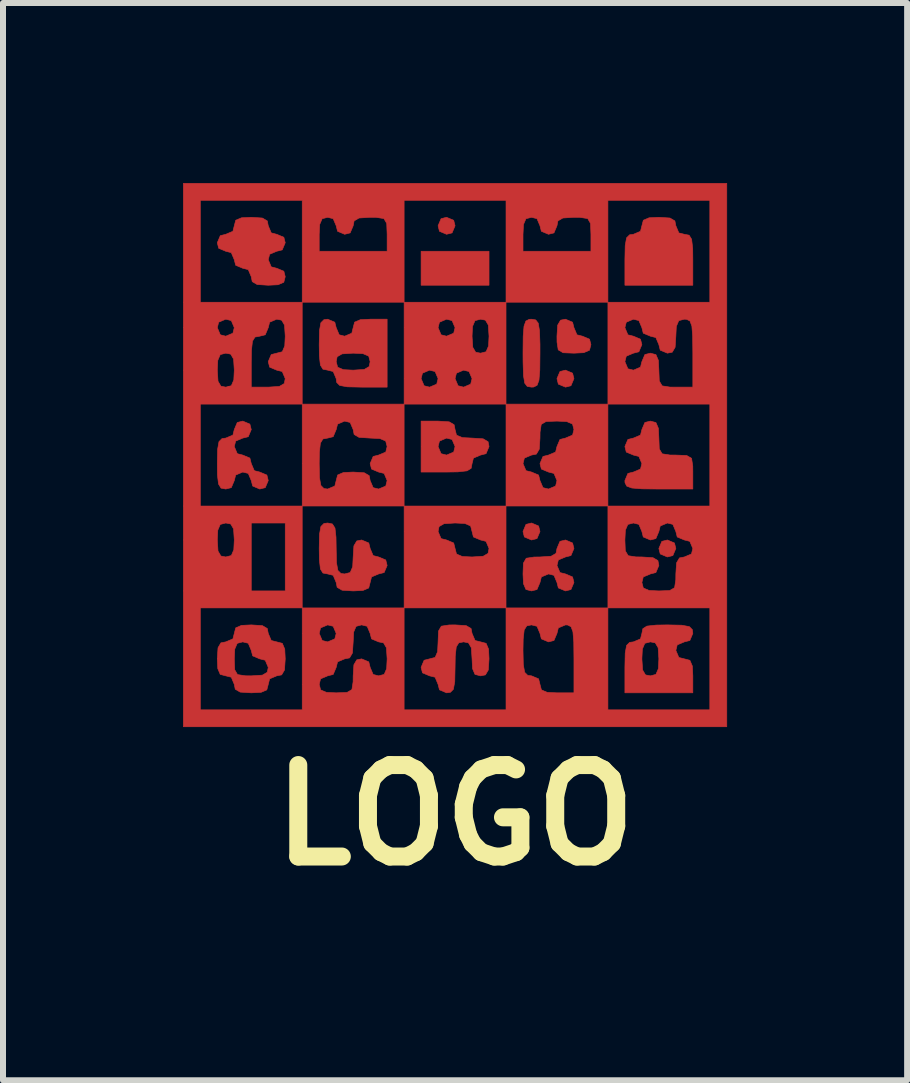
<source format=kicad_pcb>
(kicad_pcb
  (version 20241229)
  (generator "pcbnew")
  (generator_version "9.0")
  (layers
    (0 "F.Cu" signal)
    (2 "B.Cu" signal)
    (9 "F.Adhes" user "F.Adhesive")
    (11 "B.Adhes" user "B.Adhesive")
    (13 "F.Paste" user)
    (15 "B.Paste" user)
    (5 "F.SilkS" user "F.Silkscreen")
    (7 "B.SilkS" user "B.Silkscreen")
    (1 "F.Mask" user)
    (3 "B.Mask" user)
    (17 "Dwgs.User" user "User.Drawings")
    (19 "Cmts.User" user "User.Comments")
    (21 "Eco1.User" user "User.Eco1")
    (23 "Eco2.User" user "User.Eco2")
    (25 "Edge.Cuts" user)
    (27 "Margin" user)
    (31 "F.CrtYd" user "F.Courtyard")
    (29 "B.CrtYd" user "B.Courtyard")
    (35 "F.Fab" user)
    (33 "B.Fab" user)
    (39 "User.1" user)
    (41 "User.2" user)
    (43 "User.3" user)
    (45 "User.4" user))
  (footprint "LOGO"
    (layer "F.Cu")
    (at 4.533 4.533)
    (property "Reference" "LOGO" (at 0 6 0) (layer "F.SilkS") (effects (font (size 1.524 1.524) (thickness 0.3))))
    (attr through_hole)
    (fp_poly (pts (xy 0.566 -2.83) (xy -0.566 -2.83) (xy -0.566 -3.396) (xy 0.566 -3.396) (xy 0.566 -2.83)) (stroke (width 0.01) (type solid)) (fill yes) (layer "F.Cu"))
    (fp_poly (pts (xy -0.023 -3.912) (xy 0 -3.821) (xy -0.05 -3.702) (xy -0.142 -3.679) (xy -0.26 -3.729) (xy -0.283 -3.821) (xy -0.233 -3.939) (xy -0.142 -3.962) (xy -0.023 -3.912)) (stroke (width 0.01) (type solid)) (fill yes) (layer "F.Cu"))
    (fp_poly (pts (xy 1.392 1.182) (xy 1.415 1.274) (xy 1.365 1.392) (xy 1.274 1.415) (xy 1.155 1.365) (xy 1.132 1.274) (xy 1.182 1.155) (xy 1.274 1.132) (xy 1.392 1.182)) (stroke (width 0.01) (type solid)) (fill yes) (layer "F.Cu"))
    (fp_poly (pts (xy 1.958 -1.365) (xy 1.981 -1.274) (xy 1.931 -1.155) (xy 1.84 -1.132) (xy 1.721 -1.182) (xy 1.698 -1.274) (xy 1.748 -1.392) (xy 1.84 -1.415) (xy 1.958 -1.365)) (stroke (width 0.01) (type solid)) (fill yes) (layer "F.Cu"))
    (fp_poly (pts (xy 3.656 1.465) (xy 3.679 1.557) (xy 3.629 1.675) (xy 3.538 1.698) (xy 3.419 1.648) (xy 3.396 1.557) (xy 3.446 1.438) (xy 3.538 1.415) (xy 3.656 1.465)) (stroke (width 0.01) (type solid)) (fill yes) (layer "F.Cu"))
    (fp_poly (pts (xy 1.958 -2.214) (xy 1.981 -2.123) (xy 2.031 -2.004) (xy 2.123 -1.981) (xy 2.241 -1.931) (xy 2.264 -1.84) (xy 2.24 -1.747) (xy 2.144 -1.706) (xy 1.981 -1.698) (xy 1.8 -1.705) (xy 1.719 -1.753) (xy 1.699 -1.882) (xy 1.698 -1.981) (xy 1.71 -2.166) (xy 1.758 -2.248) (xy 1.84 -2.264) (xy 1.958 -2.214)) (stroke (width 0.01) (type solid)) (fill yes) (layer "F.Cu"))
    (fp_poly (pts (xy 1.344 -2.252) (xy 1.386 -2.198) (xy 1.407 -2.072) (xy 1.415 -1.847) (xy 1.415 -1.698) (xy 1.412 -1.416) (xy 1.398 -1.247) (xy 1.367 -1.163) (xy 1.311 -1.134) (xy 1.274 -1.132) (xy 1.203 -1.144) (xy 1.161 -1.198) (xy 1.14 -1.324) (xy 1.133 -1.549) (xy 1.132 -1.698) (xy 1.135 -1.98) (xy 1.149 -2.149) (xy 1.18 -2.234) (xy 1.236 -2.262) (xy 1.274 -2.264) (xy 1.344 -2.252)) (stroke (width 0.01) (type solid)) (fill yes) (layer "F.Cu"))
    (fp_poly (pts (xy 3.581 -3.95) (xy 3.663 -3.902) (xy 3.679 -3.821) (xy 3.729 -3.702) (xy 3.821 -3.679) (xy 3.9 -3.664) (xy 3.942 -3.596) (xy 3.96 -3.443) (xy 3.962 -3.255) (xy 3.962 -2.83) (xy 2.83 -2.83) (xy 2.83 -3.255) (xy 2.835 -3.492) (xy 2.858 -3.62) (xy 2.909 -3.671) (xy 2.972 -3.679) (xy 3.09 -3.729) (xy 3.113 -3.821) (xy 3.137 -3.913) (xy 3.233 -3.954) (xy 3.396 -3.962) (xy 3.581 -3.95)) (stroke (width 0.01) (type solid)) (fill yes) (layer "F.Cu"))
    (fp_poly (pts (xy -0.098 -0.554) (xy -0.016 -0.506) (xy 0 -0.425) (xy 0.024 -0.332) (xy 0.12 -0.291) (xy 0.283 -0.283) (xy 0.468 -0.271) (xy 0.55 -0.223) (xy 0.566 -0.142) (xy 0.516 -0.023) (xy 0.425 0) (xy 0.306 0.05) (xy 0.283 0.142) (xy 0.268 0.221) (xy 0.199 0.263) (xy 0.047 0.28) (xy -0.142 0.283) (xy -0.566 0.283) (xy -0.566 -0.142) (xy -0.283 -0.142) (xy -0.233 -0.023) (xy -0.142 0) (xy -0.023 -0.05) (xy 0 -0.142) (xy -0.05 -0.26) (xy -0.142 -0.283) (xy -0.26 -0.233) (xy -0.283 -0.142) (xy -0.566 -0.142) (xy -0.566 -0.566) (xy -0.283 -0.566) (xy -0.098 -0.554)) (stroke (width 0.01) (type solid)) (fill yes) (layer "F.Cu"))
    (fp_poly (pts (xy 1.958 1.465) (xy 1.981 1.557) (xy 1.931 1.675) (xy 1.84 1.698) (xy 1.721 1.748) (xy 1.698 1.84) (xy 1.748 1.958) (xy 1.84 1.981) (xy 1.958 2.031) (xy 1.981 2.123) (xy 1.931 2.241) (xy 1.84 2.264) (xy 1.721 2.214) (xy 1.698 2.123) (xy 1.648 2.004) (xy 1.557 1.981) (xy 1.438 2.031) (xy 1.415 2.123) (xy 1.365 2.241) (xy 1.274 2.264) (xy 1.181 2.24) (xy 1.14 2.144) (xy 1.132 1.981) (xy 1.139 1.8) (xy 1.186 1.719) (xy 1.316 1.699) (xy 1.415 1.698) (xy 1.6 1.686) (xy 1.682 1.638) (xy 1.698 1.557) (xy 1.748 1.438) (xy 1.84 1.415) (xy 1.958 1.465)) (stroke (width 0.01) (type solid)) (fill yes) (layer "F.Cu"))
    (fp_poly (pts (xy 3.347 -0.542) (xy 3.388 -0.446) (xy 3.396 -0.283) (xy 3.403 -0.102) (xy 3.451 -0.021) (xy 3.58 -0.001) (xy 3.679 0) (xy 3.86 0.007) (xy 3.941 0.054) (xy 3.961 0.184) (xy 3.962 0.283) (xy 3.962 0.566) (xy 3.396 0.566) (xy 3.114 0.563) (xy 2.945 0.549) (xy 2.861 0.518) (xy 2.832 0.462) (xy 2.83 0.425) (xy 2.88 0.306) (xy 2.972 0.283) (xy 3.09 0.233) (xy 3.113 0.142) (xy 3.063 0.023) (xy 2.972 0) (xy 2.853 -0.05) (xy 2.83 -0.142) (xy 2.88 -0.26) (xy 2.972 -0.283) (xy 3.09 -0.333) (xy 3.113 -0.425) (xy 3.163 -0.543) (xy 3.255 -0.566) (xy 3.347 -0.542)) (stroke (width 0.01) (type solid)) (fill yes) (layer "F.Cu"))
    (fp_poly (pts (xy -3.419 -0.516) (xy -3.396 -0.425) (xy -3.446 -0.306) (xy -3.538 -0.283) (xy -3.656 -0.233) (xy -3.679 -0.142) (xy -3.629 -0.023) (xy -3.538 0) (xy -3.419 0.05) (xy -3.396 0.142) (xy -3.346 0.26) (xy -3.255 0.283) (xy -3.136 0.333) (xy -3.113 0.425) (xy -3.163 0.543) (xy -3.255 0.566) (xy -3.373 0.516) (xy -3.396 0.425) (xy -3.446 0.306) (xy -3.538 0.283) (xy -3.656 0.333) (xy -3.679 0.425) (xy -3.729 0.543) (xy -3.821 0.566) (xy -3.9 0.551) (xy -3.942 0.482) (xy -3.96 0.33) (xy -3.962 0.142) (xy -3.957 -0.096) (xy -3.934 -0.224) (xy -3.883 -0.275) (xy -3.821 -0.283) (xy -3.702 -0.333) (xy -3.679 -0.425) (xy -3.629 -0.543) (xy -3.538 -0.566) (xy -3.419 -0.516)) (stroke (width 0.01) (type solid)) (fill yes) (layer "F.Cu"))
    (fp_poly (pts (xy -3.211 -3.95) (xy -3.129 -3.902) (xy -3.113 -3.821) (xy -3.063 -3.702) (xy -2.972 -3.679) (xy -2.853 -3.629) (xy -2.83 -3.538) (xy -2.88 -3.419) (xy -2.972 -3.396) (xy -3.09 -3.346) (xy -3.113 -3.255) (xy -3.063 -3.136) (xy -2.972 -3.113) (xy -2.853 -3.063) (xy -2.83 -2.972) (xy -2.854 -2.879) (xy -2.95 -2.838) (xy -3.113 -2.83) (xy -3.298 -2.842) (xy -3.38 -2.89) (xy -3.396 -2.972) (xy -3.446 -3.09) (xy -3.538 -3.113) (xy -3.656 -3.163) (xy -3.679 -3.255) (xy -3.729 -3.373) (xy -3.821 -3.396) (xy -3.939 -3.446) (xy -3.962 -3.538) (xy -3.912 -3.656) (xy -3.821 -3.679) (xy -3.702 -3.729) (xy -3.679 -3.821) (xy -3.655 -3.913) (xy -3.559 -3.954) (xy -3.396 -3.962) (xy -3.211 -3.95)) (stroke (width 0.01) (type solid)) (fill yes) (layer "F.Cu"))
    (fp_poly (pts (xy -2.044 1.148) (xy -2.001 1.216) (xy -1.984 1.369) (xy -1.981 1.557) (xy -1.976 1.794) (xy -1.953 1.922) (xy -1.902 1.973) (xy -1.84 1.981) (xy -1.747 1.957) (xy -1.706 1.861) (xy -1.698 1.698) (xy -1.686 1.513) (xy -1.638 1.431) (xy -1.557 1.415) (xy -1.438 1.465) (xy -1.415 1.557) (xy -1.365 1.675) (xy -1.274 1.698) (xy -1.155 1.748) (xy -1.132 1.84) (xy -1.182 1.958) (xy -1.274 1.981) (xy -1.392 2.031) (xy -1.415 2.123) (xy -1.439 2.215) (xy -1.535 2.256) (xy -1.698 2.264) (xy -1.883 2.252) (xy -1.965 2.204) (xy -1.981 2.123) (xy -2.031 2.004) (xy -2.123 1.981) (xy -2.202 1.966) (xy -2.244 1.898) (xy -2.261 1.745) (xy -2.264 1.557) (xy -2.259 1.319) (xy -2.236 1.191) (xy -2.185 1.14) (xy -2.123 1.132) (xy -2.044 1.148)) (stroke (width 0.01) (type solid)) (fill yes) (layer "F.Cu"))
    (fp_poly (pts (xy 0.185 2.842) (xy 0.267 2.89) (xy 0.283 2.972) (xy 0.333 3.09) (xy 0.425 3.113) (xy 0.517 3.137) (xy 0.558 3.233) (xy 0.566 3.396) (xy 0.554 3.581) (xy 0.506 3.663) (xy 0.425 3.679) (xy 0.332 3.655) (xy 0.291 3.559) (xy 0.283 3.396) (xy 0.271 3.211) (xy 0.223 3.129) (xy 0.142 3.113) (xy 0.062 3.129) (xy 0.02 3.197) (xy 0.003 3.35) (xy 0 3.538) (xy -0.005 3.775) (xy -0.028 3.903) (xy -0.079 3.954) (xy -0.142 3.962) (xy -0.26 3.912) (xy -0.283 3.821) (xy -0.333 3.702) (xy -0.425 3.679) (xy -0.543 3.629) (xy -0.566 3.538) (xy -0.516 3.419) (xy -0.425 3.396) (xy -0.332 3.372) (xy -0.291 3.276) (xy -0.283 3.113) (xy -0.276 2.932) (xy -0.229 2.851) (xy -0.099 2.831) (xy 0 2.83) (xy 0.185 2.842)) (stroke (width 0.01) (type solid)) (fill yes) (layer "F.Cu"))
    (fp_poly (pts (xy -1.132 -1.132) (xy -1.557 -1.132) (xy -1.794 -1.137) (xy -1.922 -1.16) (xy -1.973 -1.211) (xy -1.981 -1.274) (xy -2.031 -1.392) (xy -2.123 -1.415) (xy -2.202 -1.431) (xy -2.244 -1.499) (xy -2.251 -1.557) (xy -1.981 -1.557) (xy -1.957 -1.464) (xy -1.861 -1.423) (xy -1.698 -1.415) (xy -1.513 -1.427) (xy -1.431 -1.475) (xy -1.415 -1.557) (xy -1.439 -1.649) (xy -1.535 -1.69) (xy -1.698 -1.698) (xy -1.883 -1.686) (xy -1.965 -1.638) (xy -1.981 -1.557) (xy -2.251 -1.557) (xy -2.261 -1.652) (xy -2.264 -1.84) (xy -2.259 -2.077) (xy -2.236 -2.205) (xy -2.185 -2.256) (xy -2.123 -2.264) (xy -2.004 -2.214) (xy -1.981 -2.123) (xy -1.931 -2.004) (xy -1.84 -1.981) (xy -1.721 -2.031) (xy -1.698 -2.123) (xy -1.674 -2.215) (xy -1.578 -2.256) (xy -1.415 -2.264) (xy -1.132 -2.264) (xy -1.132 -1.132)) (stroke (width 0.01) (type solid)) (fill yes) (layer "F.Cu"))
    (fp_poly (pts (xy 3.775 2.835) (xy 3.903 2.858) (xy 3.954 2.909) (xy 3.962 2.972) (xy 3.912 3.09) (xy 3.821 3.113) (xy 3.702 3.163) (xy 3.679 3.255) (xy 3.729 3.373) (xy 3.821 3.396) (xy 3.913 3.42) (xy 3.954 3.516) (xy 3.962 3.679) (xy 3.962 3.962) (xy 2.83 3.962) (xy 2.83 3.538) (xy 2.833 3.396) (xy 3.113 3.396) (xy 3.125 3.581) (xy 3.173 3.663) (xy 3.255 3.679) (xy 3.347 3.655) (xy 3.388 3.559) (xy 3.396 3.396) (xy 3.384 3.211) (xy 3.336 3.129) (xy 3.255 3.113) (xy 3.162 3.137) (xy 3.121 3.233) (xy 3.113 3.396) (xy 2.833 3.396) (xy 2.835 3.301) (xy 2.858 3.172) (xy 2.909 3.121) (xy 2.972 3.113) (xy 3.09 3.063) (xy 3.113 2.972) (xy 3.129 2.893) (xy 3.197 2.85) (xy 3.35 2.833) (xy 3.538 2.83) (xy 3.775 2.835)) (stroke (width 0.01) (type solid)) (fill yes) (layer "F.Cu"))
    (fp_poly (pts (xy -3.211 2.842) (xy -3.129 2.89) (xy -3.113 2.972) (xy -3.063 3.09) (xy -2.972 3.113) (xy -2.879 3.137) (xy -2.838 3.233) (xy -2.83 3.396) (xy -2.842 3.581) (xy -2.89 3.663) (xy -2.972 3.679) (xy -3.09 3.729) (xy -3.113 3.821) (xy -3.137 3.913) (xy -3.233 3.954) (xy -3.396 3.962) (xy -3.581 3.95) (xy -3.663 3.902) (xy -3.679 3.821) (xy -3.729 3.702) (xy -3.821 3.679) (xy -3.913 3.655) (xy -3.954 3.559) (xy -3.962 3.396) (xy -3.679 3.396) (xy -3.672 3.577) (xy -3.625 3.658) (xy -3.495 3.678) (xy -3.396 3.679) (xy -3.211 3.667) (xy -3.129 3.619) (xy -3.113 3.538) (xy -3.163 3.419) (xy -3.255 3.396) (xy -3.373 3.346) (xy -3.396 3.255) (xy -3.446 3.136) (xy -3.538 3.113) (xy -3.63 3.137) (xy -3.671 3.233) (xy -3.679 3.396) (xy -3.962 3.396) (xy -3.95 3.211) (xy -3.902 3.129) (xy -3.821 3.113) (xy -3.702 3.063) (xy -3.679 2.972) (xy -3.655 2.879) (xy -3.559 2.838) (xy -3.396 2.83) (xy -3.211 2.842)) (stroke (width 0.01) (type solid)) (fill yes) (layer "F.Cu"))
    (fp_poly (pts (xy 2.547 -0.849) (xy 2.547 0.849) (xy 0.849 0.849) (xy 0.849 2.547) (xy -0.849 2.547) (xy -0.849 1.274) (xy -0.283 1.274) (xy -0.233 1.392) (xy -0.142 1.415) (xy -0.023 1.465) (xy 0 1.557) (xy 0.024 1.649) (xy 0.12 1.69) (xy 0.283 1.698) (xy 0.468 1.686) (xy 0.55 1.638) (xy 0.566 1.557) (xy 0.516 1.438) (xy 0.425 1.415) (xy 0.306 1.365) (xy 0.283 1.274) (xy 0.259 1.181) (xy 0.163 1.14) (xy 0 1.132) (xy -0.185 1.144) (xy -0.267 1.192) (xy -0.283 1.274) (xy -0.849 1.274) (xy -0.849 0.849) (xy -2.547 0.849) (xy -2.547 0.142) (xy -2.264 0.142) (xy -2.259 0.379) (xy -2.236 0.507) (xy -2.185 0.558) (xy -2.123 0.566) (xy -2.004 0.516) (xy -1.981 0.425) (xy -1.957 0.332) (xy -1.861 0.291) (xy -1.698 0.283) (xy -1.513 0.295) (xy -1.431 0.343) (xy -1.415 0.425) (xy -1.365 0.543) (xy -1.274 0.566) (xy -1.155 0.516) (xy -1.132 0.425) (xy -1.182 0.306) (xy -1.274 0.283) (xy -1.392 0.233) (xy -1.415 0.142) (xy -1.365 0.023) (xy -1.274 0) (xy -1.155 -0.05) (xy -1.132 -0.142) (xy -1.156 -0.234) (xy -1.252 -0.275) (xy -1.415 -0.283) (xy -1.6 -0.295) (xy -1.682 -0.343) (xy -1.698 -0.425) (xy -1.748 -0.543) (xy -1.84 -0.566) (xy -1.958 -0.516) (xy -1.981 -0.425) (xy -2.031 -0.306) (xy -2.123 -0.283) (xy -2.202 -0.268) (xy -2.244 -0.199) (xy -2.261 -0.047) (xy -2.264 0.142) (xy -2.547 0.142) (xy -2.547 -0.849) (xy -0.849 -0.849) (xy -0.849 0.849) (xy 0.849 0.849) (xy 0.849 0.142) (xy 1.132 0.142) (xy 1.182 0.26) (xy 1.274 0.283) (xy 1.392 0.333) (xy 1.415 0.425) (xy 1.465 0.543) (xy 1.557 0.566) (xy 1.675 0.516) (xy 1.698 0.425) (xy 1.648 0.306) (xy 1.557 0.283) (xy 1.438 0.233) (xy 1.415 0.142) (xy 1.465 0.023) (xy 1.557 0) (xy 1.675 -0.05) (xy 1.698 -0.142) (xy 1.748 -0.26) (xy 1.84 -0.283) (xy 1.958 -0.333) (xy 1.981 -0.425) (xy 1.957 -0.517) (xy 1.861 -0.558) (xy 1.698 -0.566) (xy 1.517 -0.559) (xy 1.436 -0.512) (xy 1.416 -0.382) (xy 1.415 -0.283) (xy 1.403 -0.098) (xy 1.355 -0.016) (xy 1.274 0) (xy 1.155 0.05) (xy 1.132 0.142) (xy 0.849 0.142) (xy 0.849 -0.849) (xy -0.849 -0.849) (xy -0.849 -1.274) (xy -0.566 -1.274) (xy -0.516 -1.155) (xy -0.425 -1.132) (xy -0.306 -1.182) (xy -0.283 -1.274) (xy 0 -1.274) (xy 0.05 -1.155) (xy 0.142 -1.132) (xy 0.26 -1.182) (xy 0.283 -1.274) (xy 0.233 -1.392) (xy 0.142 -1.415) (xy 0.023 -1.365) (xy 0 -1.274) (xy -0.283 -1.274) (xy -0.333 -1.392) (xy -0.425 -1.415) (xy -0.543 -1.365) (xy -0.566 -1.274) (xy -0.849 -1.274) (xy -0.849 -2.123) (xy -0.283 -2.123) (xy -0.233 -2.004) (xy -0.142 -1.981) (xy 0.283 -1.981) (xy 0.295 -1.796) (xy 0.343 -1.714) (xy 0.425 -1.698) (xy 0.517 -1.722) (xy 0.558 -1.818) (xy 0.566 -1.981) (xy 0.554 -2.166) (xy 0.506 -2.248) (xy 0.425 -2.264) (xy 0.332 -2.24) (xy 0.291 -2.144) (xy 0.283 -1.981) (xy -0.142 -1.981) (xy -0.023 -2.031) (xy 0 -2.123) (xy -0.05 -2.241) (xy -0.142 -2.264) (xy -0.26 -2.214) (xy -0.283 -2.123) (xy -0.849 -2.123) (xy -0.849 -2.547) (xy 0.849 -2.547) (xy 0.849 -0.849) (xy 2.547 -0.849)) (stroke (width 0.01) (type solid)) (fill yes) (layer "F.Cu"))
    (fp_poly (pts (xy 4.528 4.528) (xy -4.528 4.528) (xy -4.528 2.547) (xy -4.245 2.547) (xy -4.245 4.245) (xy -2.547 4.245) (xy -2.547 3.821) (xy -2.264 3.821) (xy -2.24 3.913) (xy -2.144 3.954) (xy -1.981 3.962) (xy -1.8 3.955) (xy -1.719 3.908) (xy -1.699 3.778) (xy -1.698 3.679) (xy -1.686 3.494) (xy -1.638 3.412) (xy -1.557 3.396) (xy -1.438 3.446) (xy -1.415 3.538) (xy -1.365 3.656) (xy -1.274 3.679) (xy -1.181 3.655) (xy -1.14 3.559) (xy -1.132 3.396) (xy -1.144 3.211) (xy -1.192 3.129) (xy -1.274 3.113) (xy -1.392 3.063) (xy -1.415 2.972) (xy -1.465 2.853) (xy -1.557 2.83) (xy -1.649 2.854) (xy -1.69 2.95) (xy -1.698 3.113) (xy -1.71 3.298) (xy -1.758 3.38) (xy -1.84 3.396) (xy -1.958 3.446) (xy -1.981 3.538) (xy -2.031 3.656) (xy -2.123 3.679) (xy -2.241 3.729) (xy -2.264 3.821) (xy -2.547 3.821) (xy -2.547 2.972) (xy -2.264 2.972) (xy -2.214 3.09) (xy -2.123 3.113) (xy -2.004 3.063) (xy -1.981 2.972) (xy -2.031 2.853) (xy -2.123 2.83) (xy -2.241 2.88) (xy -2.264 2.972) (xy -2.547 2.972) (xy -2.547 2.547) (xy -4.245 2.547) (xy -4.528 2.547) (xy -4.528 1.415) (xy -3.962 1.415) (xy -3.95 1.6) (xy -3.902 1.682) (xy -3.821 1.698) (xy -3.728 1.674) (xy -3.687 1.578) (xy -3.679 1.415) (xy -3.691 1.23) (xy -3.739 1.148) (xy -3.821 1.132) (xy -3.396 1.132) (xy -3.396 2.264) (xy -2.83 2.264) (xy -2.83 1.132) (xy -3.396 1.132) (xy -3.821 1.132) (xy -3.913 1.156) (xy -3.954 1.252) (xy -3.962 1.415) (xy -4.528 1.415) (xy -4.528 -0.849) (xy -4.245 -0.849) (xy -4.245 0.849) (xy -2.547 0.849) (xy -2.547 2.547) (xy -0.849 2.547) (xy -0.849 4.245) (xy 0.849 4.245) (xy 0.849 3.255) (xy 1.132 3.255) (xy 1.137 3.492) (xy 1.16 3.62) (xy 1.211 3.671) (xy 1.274 3.679) (xy 1.392 3.729) (xy 1.415 3.821) (xy 1.439 3.913) (xy 1.535 3.954) (xy 1.698 3.962) (xy 1.981 3.962) (xy 1.981 3.396) (xy 1.978 3.114) (xy 1.964 2.945) (xy 1.933 2.861) (xy 1.877 2.832) (xy 1.84 2.83) (xy 1.721 2.88) (xy 1.698 2.972) (xy 1.648 3.09) (xy 1.557 3.113) (xy 1.438 3.063) (xy 1.415 2.972) (xy 1.365 2.853) (xy 1.274 2.83) (xy 1.195 2.846) (xy 1.152 2.914) (xy 1.135 3.067) (xy 1.132 3.255) (xy 0.849 3.255) (xy 0.849 2.547) (xy 2.547 2.547) (xy 2.547 4.245) (xy 4.245 4.245) (xy 4.245 2.547) (xy 2.547 2.547) (xy 2.547 1.415) (xy 2.83 1.415) (xy 2.837 1.596) (xy 2.885 1.677) (xy 3.014 1.697) (xy 3.113 1.698) (xy 3.298 1.71) (xy 3.38 1.758) (xy 3.396 1.84) (xy 3.346 1.958) (xy 3.255 1.981) (xy 3.136 2.031) (xy 3.113 2.123) (xy 3.137 2.215) (xy 3.233 2.256) (xy 3.396 2.264) (xy 3.577 2.257) (xy 3.658 2.21) (xy 3.678 2.08) (xy 3.679 1.981) (xy 3.691 1.796) (xy 3.739 1.714) (xy 3.821 1.698) (xy 3.939 1.648) (xy 3.962 1.557) (xy 3.912 1.438) (xy 3.821 1.415) (xy 3.702 1.365) (xy 3.679 1.274) (xy 3.629 1.155) (xy 3.538 1.132) (xy 3.419 1.182) (xy 3.396 1.274) (xy 3.346 1.392) (xy 3.255 1.415) (xy 3.136 1.365) (xy 3.113 1.274) (xy 3.063 1.155) (xy 2.972 1.132) (xy 2.879 1.156) (xy 2.838 1.252) (xy 2.83 1.415) (xy 2.547 1.415) (xy 2.547 0.849) (xy 4.245 0.849) (xy 4.245 -0.849) (xy 2.547 -0.849) (xy 2.547 -2.123) (xy 2.83 -2.123) (xy 2.88 -2.004) (xy 2.972 -1.981) (xy 3.09 -1.931) (xy 3.113 -1.84) (xy 3.063 -1.721) (xy 2.972 -1.698) (xy 2.853 -1.648) (xy 2.83 -1.557) (xy 2.88 -1.438) (xy 2.972 -1.415) (xy 3.09 -1.465) (xy 3.113 -1.557) (xy 3.163 -1.675) (xy 3.255 -1.698) (xy 3.347 -1.674) (xy 3.388 -1.578) (xy 3.396 -1.415) (xy 3.403 -1.234) (xy 3.451 -1.153) (xy 3.58 -1.133) (xy 3.679 -1.132) (xy 3.962 -1.132) (xy 3.962 -1.698) (xy 3.959 -1.98) (xy 3.946 -2.149) (xy 3.914 -2.234) (xy 3.858 -2.262) (xy 3.821 -2.264) (xy 3.728 -2.24) (xy 3.687 -2.144) (xy 3.679 -1.981) (xy 3.667 -1.796) (xy 3.619 -1.714) (xy 3.538 -1.698) (xy 3.419 -1.748) (xy 3.396 -1.84) (xy 3.346 -1.958) (xy 3.255 -1.981) (xy 3.136 -2.031) (xy 3.113 -2.123) (xy 3.063 -2.241) (xy 2.972 -2.264) (xy 2.853 -2.214) (xy 2.83 -2.123) (xy 2.547 -2.123) (xy 2.547 -2.547) (xy 0.849 -2.547) (xy 0.849 -3.679) (xy 1.132 -3.679) (xy 1.132 -3.396) (xy 2.264 -3.396) (xy 2.264 -3.679) (xy 2.257 -3.86) (xy 2.21 -3.941) (xy 2.08 -3.961) (xy 1.981 -3.962) (xy 1.796 -3.95) (xy 1.714 -3.902) (xy 1.698 -3.821) (xy 1.648 -3.702) (xy 1.557 -3.679) (xy 1.438 -3.729) (xy 1.415 -3.821) (xy 1.365 -3.939) (xy 1.274 -3.962) (xy 1.181 -3.938) (xy 1.14 -3.842) (xy 1.132 -3.679) (xy 0.849 -3.679) (xy 0.849 -4.245) (xy 2.547 -4.245) (xy 2.547 -2.547) (xy 4.245 -2.547) (xy 4.245 -4.245) (xy 2.547 -4.245) (xy 0.849 -4.245) (xy -0.849 -4.245) (xy -0.849 -2.547) (xy -2.547 -2.547) (xy -2.547 -0.849) (xy -4.245 -0.849) (xy -4.528 -0.849) (xy -4.528 -1.415) (xy -3.962 -1.415) (xy -3.95 -1.23) (xy -3.902 -1.148) (xy -3.821 -1.132) (xy -3.728 -1.156) (xy -3.687 -1.252) (xy -3.679 -1.415) (xy -3.688 -1.557) (xy -3.396 -1.557) (xy -3.396 -1.132) (xy -3.113 -1.132) (xy -2.928 -1.144) (xy -2.846 -1.192) (xy -2.83 -1.274) (xy -2.88 -1.392) (xy -2.972 -1.415) (xy -3.09 -1.465) (xy -3.113 -1.557) (xy -3.063 -1.675) (xy -2.972 -1.698) (xy -2.879 -1.722) (xy -2.838 -1.818) (xy -2.83 -1.981) (xy -2.842 -2.166) (xy -2.89 -2.248) (xy -2.972 -2.264) (xy -3.09 -2.214) (xy -3.113 -2.123) (xy -3.163 -2.004) (xy -3.255 -1.981) (xy -3.334 -1.966) (xy -3.376 -1.898) (xy -3.393 -1.745) (xy -3.396 -1.557) (xy -3.688 -1.557) (xy -3.691 -1.6) (xy -3.739 -1.682) (xy -3.821 -1.698) (xy -3.913 -1.674) (xy -3.954 -1.578) (xy -3.962 -1.415) (xy -4.528 -1.415) (xy -4.528 -2.123) (xy -3.962 -2.123) (xy -3.912 -2.004) (xy -3.821 -1.981) (xy -3.702 -2.031) (xy -3.679 -2.123) (xy -3.729 -2.241) (xy -3.821 -2.264) (xy -3.939 -2.214) (xy -3.962 -2.123) (xy -4.528 -2.123) (xy -4.528 -4.245) (xy -4.245 -4.245) (xy -4.245 -2.547) (xy -2.547 -2.547) (xy -2.547 -3.679) (xy -2.264 -3.679) (xy -2.264 -3.396) (xy -1.132 -3.396) (xy -1.132 -3.679) (xy -1.139 -3.86) (xy -1.186 -3.941) (xy -1.316 -3.961) (xy -1.415 -3.962) (xy -1.6 -3.95) (xy -1.682 -3.902) (xy -1.698 -3.821) (xy -1.748 -3.702) (xy -1.84 -3.679) (xy -1.958 -3.729) (xy -1.981 -3.821) (xy -2.031 -3.939) (xy -2.123 -3.962) (xy -2.215 -3.938) (xy -2.256 -3.842) (xy -2.264 -3.679) (xy -2.547 -3.679) (xy -2.547 -4.245) (xy -4.245 -4.245) (xy -4.528 -4.245) (xy -4.528 -4.528) (xy 4.528 -4.528) (xy 4.528 4.528)) (stroke (width 0.01) (type solid)) (fill yes) (layer "F.Cu")))
  (gr_rect
    (start -3 -3)
    (end 12.066 14.951)
    (stroke (width 0.1) (type default))
    (fill no)
    (layer "Edge.Cuts")))
</source>
